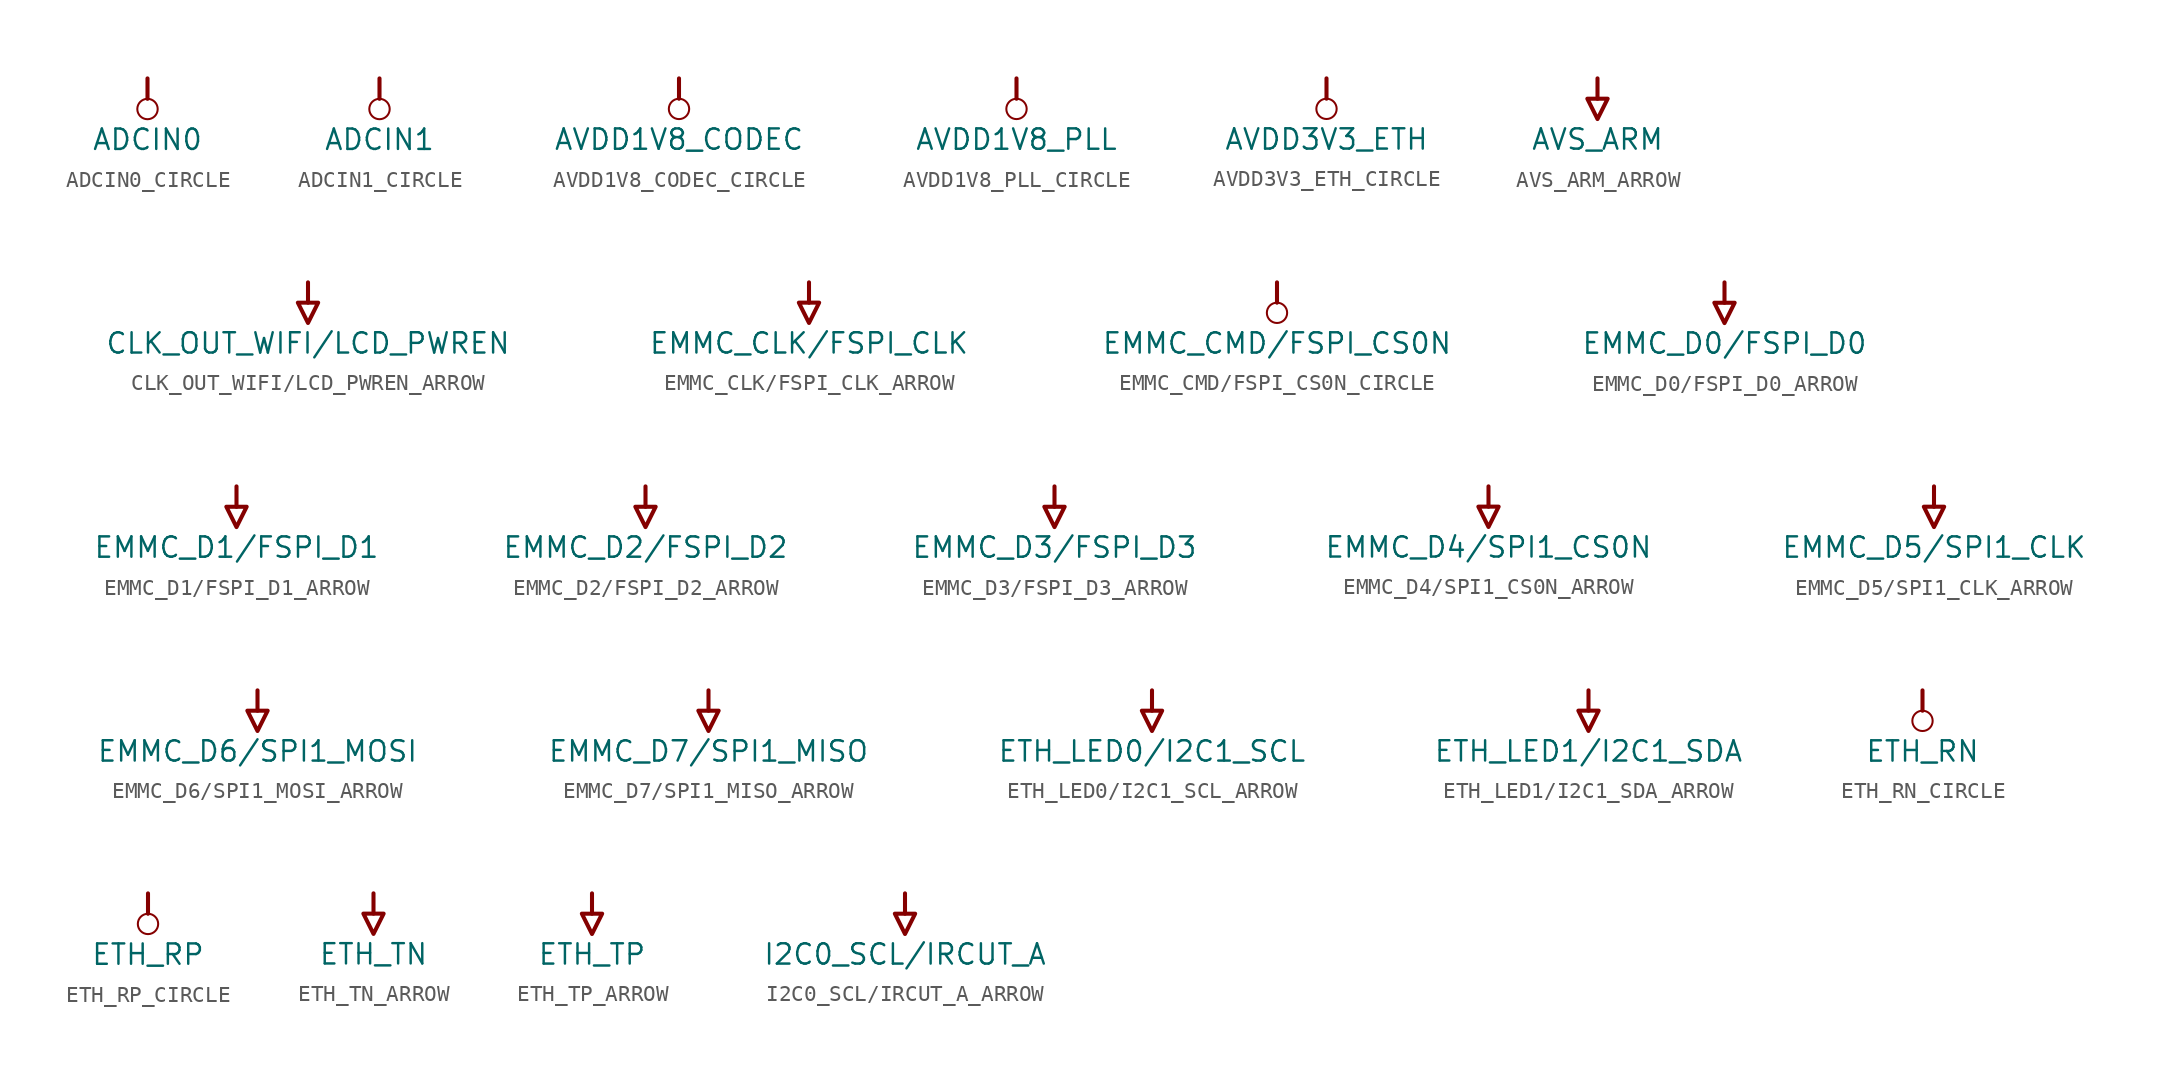
<source format=kicad_sym>
(kicad_symbol_lib
  (version 20241209)
  (generator "kicad_symbol_editor")
  (generator_version "9.0")
  (symbol "ADCIN0_CIRCLE"
    (power)
    (property "Reference" "#PWR"
      (at 0 0 0)
      (effects (font (size 1.27 1.27)) (hide yes)))
    (property "Value" "ADCIN0"
      (at 0 -3.81 0)
      (effects (font (size 1.27 1.27))))
    (symbol "ADCIN0_CIRCLE_0_0"
      (polyline (pts (xy 0 0) (xy 0 -1.27)) (stroke (width 0.254) (type solid)) (fill (type none)))
      (circle (center 0 -1.905) (radius 0.635) (stroke (width 0.127) (type solid)) (fill (type none)))
      (pin power_in line (at 0 0 0) (length 0) (hide yes) (name "ADCIN0" (effects (font (size 1.27 1.27)))) (number "" (effects (font (size 1.27 1.27)))))))
  (symbol "ADCIN1_CIRCLE"
    (power)
    (property "Reference" "#PWR"
      (at 0 0 0)
      (effects (font (size 1.27 1.27)) (hide yes)))
    (property "Value" "ADCIN1"
      (at 0 -3.81 0)
      (effects (font (size 1.27 1.27))))
    (symbol "ADCIN1_CIRCLE_0_0"
      (polyline (pts (xy 0 0) (xy 0 -1.27)) (stroke (width 0.254) (type solid)) (fill (type none)))
      (circle (center 0 -1.905) (radius 0.635) (stroke (width 0.127) (type solid)) (fill (type none)))
      (pin power_in line (at 0 0 0) (length 0) (hide yes) (name "ADCIN1" (effects (font (size 1.27 1.27)))) (number "" (effects (font (size 1.27 1.27)))))))
  (symbol "AVDD1V8_CODEC_CIRCLE"
    (power)
    (property "Reference" "#PWR"
      (at 0 0 0)
      (effects (font (size 1.27 1.27)) (hide yes)))
    (property "Value" "AVDD1V8_CODEC"
      (at 0 -3.81 0)
      (effects (font (size 1.27 1.27))))
    (symbol "AVDD1V8_CODEC_CIRCLE_0_0"
      (polyline (pts (xy 0 0) (xy 0 -1.27)) (stroke (width 0.254) (type solid)) (fill (type none)))
      (circle (center 0 -1.905) (radius 0.635) (stroke (width 0.127) (type solid)) (fill (type none)))
      (pin power_in line (at 0 0 0) (length 0) (hide yes) (name "AVDD1V8_CODEC" (effects (font (size 1.27 1.27)))) (number "" (effects (font (size 1.27 1.27)))))))
  (symbol "AVDD1V8_PLL_CIRCLE"
    (power)
    (property "Reference" "#PWR"
      (at 0 0 0)
      (effects (font (size 1.27 1.27)) (hide yes)))
    (property "Value" "AVDD1V8_PLL"
      (at 0 -3.81 0)
      (effects (font (size 1.27 1.27))))
    (symbol "AVDD1V8_PLL_CIRCLE_0_0"
      (polyline (pts (xy 0 0) (xy 0 -1.27)) (stroke (width 0.254) (type solid)) (fill (type none)))
      (circle (center 0 -1.905) (radius 0.635) (stroke (width 0.127) (type solid)) (fill (type none)))
      (pin power_in line (at 0 0 0) (length 0) (hide yes) (name "AVDD1V8_PLL" (effects (font (size 1.27 1.27)))) (number "" (effects (font (size 1.27 1.27)))))))
  (symbol "AVDD3V3_ETH_CIRCLE"
    (power)
    (property "Reference" "#PWR"
      (at 0 0 0)
      (effects (font (size 1.27 1.27)) (hide yes)))
    (property "Value" "AVDD3V3_ETH"
      (at 0 -3.81 0)
      (effects (font (size 1.27 1.27))))
    (symbol "AVDD3V3_ETH_CIRCLE_0_0"
      (polyline (pts (xy 0 0) (xy 0 -1.27)) (stroke (width 0.254) (type solid)) (fill (type none)))
      (circle (center 0 -1.905) (radius 0.635) (stroke (width 0.127) (type solid)) (fill (type none)))
      (pin power_in line (at 0 0 0) (length 0) (hide yes) (name "AVDD3V3_ETH" (effects (font (size 1.27 1.27)))) (number "" (effects (font (size 1.27 1.27)))))))
  (symbol "AVS_ARM_ARROW"
    (power)
    (property "Reference" "#PWR"
      (at 0 0 0)
      (effects (font (size 1.27 1.27)) (hide yes)))
    (property "Value" "AVS_ARM"
      (at 0 -3.81 0)
      (effects (font (size 1.27 1.27))))
    (symbol "AVS_ARM_ARROW_0_0"
      (polyline (pts (xy -0.635 -1.27) (xy 0.635 -1.27) (xy 0 -2.54) (xy -0.635 -1.27)) (stroke (width 0.254) (type solid)) (fill (type none)))
      (polyline (pts (xy 0 0) (xy 0 -1.27)) (stroke (width 0.254) (type solid)) (fill (type none)))
      (pin power_in line (at 0 0 0) (length 0) (hide yes) (name "AVS_ARM" (effects (font (size 1.27 1.27)))) (number "" (effects (font (size 1.27 1.27)))))))
  (symbol "CLK_OUT_WIFI/LCD_PWREN_ARROW"
    (power)
    (property "Reference" "#PWR"
      (at 0 0 0)
      (effects (font (size 1.27 1.27)) (hide yes)))
    (property "Value" "CLK_OUT_WIFI/LCD_PWREN"
      (at 0 -3.81 0)
      (effects (font (size 1.27 1.27))))
    (symbol "CLK_OUT_WIFI/LCD_PWREN_ARROW_0_0"
      (polyline (pts (xy -0.635 -1.27) (xy 0.635 -1.27) (xy 0 -2.54) (xy -0.635 -1.27)) (stroke (width 0.254) (type solid)) (fill (type none)))
      (polyline (pts (xy 0 0) (xy 0 -1.27)) (stroke (width 0.254) (type solid)) (fill (type none)))
      (pin power_in line (at 0 0 0) (length 0) (hide yes) (name "CLK_OUT_WIFI/LCD_PWREN" (effects (font (size 1.27 1.27)))) (number "" (effects (font (size 1.27 1.27)))))))
  (symbol "EMMC_CLK/FSPI_CLK_ARROW"
    (power)
    (property "Reference" "#PWR"
      (at 0 0 0)
      (effects (font (size 1.27 1.27)) (hide yes)))
    (property "Value" "EMMC_CLK/FSPI_CLK"
      (at 0 -3.81 0)
      (effects (font (size 1.27 1.27))))
    (symbol "EMMC_CLK/FSPI_CLK_ARROW_0_0"
      (polyline (pts (xy -0.635 -1.27) (xy 0.635 -1.27) (xy 0 -2.54) (xy -0.635 -1.27)) (stroke (width 0.254) (type solid)) (fill (type none)))
      (polyline (pts (xy 0 0) (xy 0 -1.27)) (stroke (width 0.254) (type solid)) (fill (type none)))
      (pin power_in line (at 0 0 0) (length 0) (hide yes) (name "EMMC_CLK/FSPI_CLK" (effects (font (size 1.27 1.27)))) (number "" (effects (font (size 1.27 1.27)))))))
  (symbol "EMMC_CMD/FSPI_CS0N_CIRCLE"
    (power)
    (property "Reference" "#PWR"
      (at 0 0 0)
      (effects (font (size 1.27 1.27)) (hide yes)))
    (property "Value" "EMMC_CMD/FSPI_CS0N"
      (at 0 -3.81 0)
      (effects (font (size 1.27 1.27))))
    (symbol "EMMC_CMD/FSPI_CS0N_CIRCLE_0_0"
      (polyline (pts (xy 0 0) (xy 0 -1.27)) (stroke (width 0.254) (type solid)) (fill (type none)))
      (circle (center 0 -1.905) (radius 0.635) (stroke (width 0.127) (type solid)) (fill (type none)))
      (pin power_in line (at 0 0 0) (length 0) (hide yes) (name "EMMC_CMD/FSPI_CS0N" (effects (font (size 1.27 1.27)))) (number "" (effects (font (size 1.27 1.27)))))))
  (symbol "EMMC_D0/FSPI_D0_ARROW"
    (power)
    (property "Reference" "#PWR"
      (at 0 0 0)
      (effects (font (size 1.27 1.27)) (hide yes)))
    (property "Value" "EMMC_D0/FSPI_D0"
      (at 0 -3.81 0)
      (effects (font (size 1.27 1.27))))
    (symbol "EMMC_D0/FSPI_D0_ARROW_0_0"
      (polyline (pts (xy -0.635 -1.27) (xy 0.635 -1.27) (xy 0 -2.54) (xy -0.635 -1.27)) (stroke (width 0.254) (type solid)) (fill (type none)))
      (polyline (pts (xy 0 0) (xy 0 -1.27)) (stroke (width 0.254) (type solid)) (fill (type none)))
      (pin power_in line (at 0 0 0) (length 0) (hide yes) (name "EMMC_D0/FSPI_D0" (effects (font (size 1.27 1.27)))) (number "" (effects (font (size 1.27 1.27)))))))
  (symbol "EMMC_D1/FSPI_D1_ARROW"
    (power)
    (property "Reference" "#PWR"
      (at 0 0 0)
      (effects (font (size 1.27 1.27)) (hide yes)))
    (property "Value" "EMMC_D1/FSPI_D1"
      (at 0 -3.81 0)
      (effects (font (size 1.27 1.27))))
    (symbol "EMMC_D1/FSPI_D1_ARROW_0_0"
      (polyline (pts (xy -0.635 -1.27) (xy 0.635 -1.27) (xy 0 -2.54) (xy -0.635 -1.27)) (stroke (width 0.254) (type solid)) (fill (type none)))
      (polyline (pts (xy 0 0) (xy 0 -1.27)) (stroke (width 0.254) (type solid)) (fill (type none)))
      (pin power_in line (at 0 0 0) (length 0) (hide yes) (name "EMMC_D1/FSPI_D1" (effects (font (size 1.27 1.27)))) (number "" (effects (font (size 1.27 1.27)))))))
  (symbol "EMMC_D2/FSPI_D2_ARROW"
    (power)
    (property "Reference" "#PWR"
      (at 0 0 0)
      (effects (font (size 1.27 1.27)) (hide yes)))
    (property "Value" "EMMC_D2/FSPI_D2"
      (at 0 -3.81 0)
      (effects (font (size 1.27 1.27))))
    (symbol "EMMC_D2/FSPI_D2_ARROW_0_0"
      (polyline (pts (xy -0.635 -1.27) (xy 0.635 -1.27) (xy 0 -2.54) (xy -0.635 -1.27)) (stroke (width 0.254) (type solid)) (fill (type none)))
      (polyline (pts (xy 0 0) (xy 0 -1.27)) (stroke (width 0.254) (type solid)) (fill (type none)))
      (pin power_in line (at 0 0 0) (length 0) (hide yes) (name "EMMC_D2/FSPI_D2" (effects (font (size 1.27 1.27)))) (number "" (effects (font (size 1.27 1.27)))))))
  (symbol "EMMC_D3/FSPI_D3_ARROW"
    (power)
    (property "Reference" "#PWR"
      (at 0 0 0)
      (effects (font (size 1.27 1.27)) (hide yes)))
    (property "Value" "EMMC_D3/FSPI_D3"
      (at 0 -3.81 0)
      (effects (font (size 1.27 1.27))))
    (symbol "EMMC_D3/FSPI_D3_ARROW_0_0"
      (polyline (pts (xy -0.635 -1.27) (xy 0.635 -1.27) (xy 0 -2.54) (xy -0.635 -1.27)) (stroke (width 0.254) (type solid)) (fill (type none)))
      (polyline (pts (xy 0 0) (xy 0 -1.27)) (stroke (width 0.254) (type solid)) (fill (type none)))
      (pin power_in line (at 0 0 0) (length 0) (hide yes) (name "EMMC_D3/FSPI_D3" (effects (font (size 1.27 1.27)))) (number "" (effects (font (size 1.27 1.27)))))))
  (symbol "EMMC_D4/SPI1_CS0N_ARROW"
    (power)
    (property "Reference" "#PWR"
      (at 0 0 0)
      (effects (font (size 1.27 1.27)) (hide yes)))
    (property "Value" "EMMC_D4/SPI1_CS0N"
      (at 0 -3.81 0)
      (effects (font (size 1.27 1.27))))
    (symbol "EMMC_D4/SPI1_CS0N_ARROW_0_0"
      (polyline (pts (xy -0.635 -1.27) (xy 0.635 -1.27) (xy 0 -2.54) (xy -0.635 -1.27)) (stroke (width 0.254) (type solid)) (fill (type none)))
      (polyline (pts (xy 0 0) (xy 0 -1.27)) (stroke (width 0.254) (type solid)) (fill (type none)))
      (pin power_in line (at 0 0 0) (length 0) (hide yes) (name "EMMC_D4/SPI1_CS0N" (effects (font (size 1.27 1.27)))) (number "" (effects (font (size 1.27 1.27)))))))
  (symbol "EMMC_D5/SPI1_CLK_ARROW"
    (power)
    (property "Reference" "#PWR"
      (at 0 0 0)
      (effects (font (size 1.27 1.27)) (hide yes)))
    (property "Value" "EMMC_D5/SPI1_CLK"
      (at 0 -3.81 0)
      (effects (font (size 1.27 1.27))))
    (symbol "EMMC_D5/SPI1_CLK_ARROW_0_0"
      (polyline (pts (xy -0.635 -1.27) (xy 0.635 -1.27) (xy 0 -2.54) (xy -0.635 -1.27)) (stroke (width 0.254) (type solid)) (fill (type none)))
      (polyline (pts (xy 0 0) (xy 0 -1.27)) (stroke (width 0.254) (type solid)) (fill (type none)))
      (pin power_in line (at 0 0 0) (length 0) (hide yes) (name "EMMC_D5/SPI1_CLK" (effects (font (size 1.27 1.27)))) (number "" (effects (font (size 1.27 1.27)))))))
  (symbol "EMMC_D6/SPI1_MOSI_ARROW"
    (power)
    (property "Reference" "#PWR"
      (at 0 0 0)
      (effects (font (size 1.27 1.27)) (hide yes)))
    (property "Value" "EMMC_D6/SPI1_MOSI"
      (at 0 -3.81 0)
      (effects (font (size 1.27 1.27))))
    (symbol "EMMC_D6/SPI1_MOSI_ARROW_0_0"
      (polyline (pts (xy -0.635 -1.27) (xy 0.635 -1.27) (xy 0 -2.54) (xy -0.635 -1.27)) (stroke (width 0.254) (type solid)) (fill (type none)))
      (polyline (pts (xy 0 0) (xy 0 -1.27)) (stroke (width 0.254) (type solid)) (fill (type none)))
      (pin power_in line (at 0 0 0) (length 0) (hide yes) (name "EMMC_D6/SPI1_MOSI" (effects (font (size 1.27 1.27)))) (number "" (effects (font (size 1.27 1.27)))))))
  (symbol "EMMC_D7/SPI1_MISO_ARROW"
    (power)
    (property "Reference" "#PWR"
      (at 0 0 0)
      (effects (font (size 1.27 1.27)) (hide yes)))
    (property "Value" "EMMC_D7/SPI1_MISO"
      (at 0 -3.81 0)
      (effects (font (size 1.27 1.27))))
    (symbol "EMMC_D7/SPI1_MISO_ARROW_0_0"
      (polyline (pts (xy -0.635 -1.27) (xy 0.635 -1.27) (xy 0 -2.54) (xy -0.635 -1.27)) (stroke (width 0.254) (type solid)) (fill (type none)))
      (polyline (pts (xy 0 0) (xy 0 -1.27)) (stroke (width 0.254) (type solid)) (fill (type none)))
      (pin power_in line (at 0 0 0) (length 0) (hide yes) (name "EMMC_D7/SPI1_MISO" (effects (font (size 1.27 1.27)))) (number "" (effects (font (size 1.27 1.27)))))))
  (symbol "ETH_LED0/I2C1_SCL_ARROW"
    (power)
    (property "Reference" "#PWR"
      (at 0 0 0)
      (effects (font (size 1.27 1.27)) (hide yes)))
    (property "Value" "ETH_LED0/I2C1_SCL"
      (at 0 -3.81 0)
      (effects (font (size 1.27 1.27))))
    (symbol "ETH_LED0/I2C1_SCL_ARROW_0_0"
      (polyline (pts (xy -0.635 -1.27) (xy 0.635 -1.27) (xy 0 -2.54) (xy -0.635 -1.27)) (stroke (width 0.254) (type solid)) (fill (type none)))
      (polyline (pts (xy 0 0) (xy 0 -1.27)) (stroke (width 0.254) (type solid)) (fill (type none)))
      (pin power_in line (at 0 0 0) (length 0) (hide yes) (name "ETH_LED0/I2C1_SCL" (effects (font (size 1.27 1.27)))) (number "" (effects (font (size 1.27 1.27)))))))
  (symbol "ETH_LED1/I2C1_SDA_ARROW"
    (power)
    (property "Reference" "#PWR"
      (at 0 0 0)
      (effects (font (size 1.27 1.27)) (hide yes)))
    (property "Value" "ETH_LED1/I2C1_SDA"
      (at 0 -3.81 0)
      (effects (font (size 1.27 1.27))))
    (symbol "ETH_LED1/I2C1_SDA_ARROW_0_0"
      (polyline (pts (xy -0.635 -1.27) (xy 0.635 -1.27) (xy 0 -2.54) (xy -0.635 -1.27)) (stroke (width 0.254) (type solid)) (fill (type none)))
      (polyline (pts (xy 0 0) (xy 0 -1.27)) (stroke (width 0.254) (type solid)) (fill (type none)))
      (pin power_in line (at 0 0 0) (length 0) (hide yes) (name "ETH_LED1/I2C1_SDA" (effects (font (size 1.27 1.27)))) (number "" (effects (font (size 1.27 1.27)))))))
  (symbol "ETH_RN_CIRCLE"
    (power)
    (property "Reference" "#PWR"
      (at 0 0 0)
      (effects (font (size 1.27 1.27)) (hide yes)))
    (property "Value" "ETH_RN"
      (at 0 -3.81 0)
      (effects (font (size 1.27 1.27))))
    (symbol "ETH_RN_CIRCLE_0_0"
      (polyline (pts (xy 0 0) (xy 0 -1.27)) (stroke (width 0.254) (type solid)) (fill (type none)))
      (circle (center 0 -1.905) (radius 0.635) (stroke (width 0.127) (type solid)) (fill (type none)))
      (pin power_in line (at 0 0 0) (length 0) (hide yes) (name "ETH_RN" (effects (font (size 1.27 1.27)))) (number "" (effects (font (size 1.27 1.27)))))))
  (symbol "ETH_RP_CIRCLE"
    (power)
    (property "Reference" "#PWR"
      (at 0 0 0)
      (effects (font (size 1.27 1.27)) (hide yes)))
    (property "Value" "ETH_RP"
      (at 0 -3.81 0)
      (effects (font (size 1.27 1.27))))
    (symbol "ETH_RP_CIRCLE_0_0"
      (polyline (pts (xy 0 0) (xy 0 -1.27)) (stroke (width 0.254) (type solid)) (fill (type none)))
      (circle (center 0 -1.905) (radius 0.635) (stroke (width 0.127) (type solid)) (fill (type none)))
      (pin power_in line (at 0 0 0) (length 0) (hide yes) (name "ETH_RP" (effects (font (size 1.27 1.27)))) (number "" (effects (font (size 1.27 1.27)))))))
  (symbol "ETH_TN_ARROW"
    (power)
    (property "Reference" "#PWR"
      (at 0 0 0)
      (effects (font (size 1.27 1.27)) (hide yes)))
    (property "Value" "ETH_TN"
      (at 0 -3.81 0)
      (effects (font (size 1.27 1.27))))
    (symbol "ETH_TN_ARROW_0_0"
      (polyline (pts (xy -0.635 -1.27) (xy 0.635 -1.27) (xy 0 -2.54) (xy -0.635 -1.27)) (stroke (width 0.254) (type solid)) (fill (type none)))
      (polyline (pts (xy 0 0) (xy 0 -1.27)) (stroke (width 0.254) (type solid)) (fill (type none)))
      (pin power_in line (at 0 0 0) (length 0) (hide yes) (name "ETH_TN" (effects (font (size 1.27 1.27)))) (number "" (effects (font (size 1.27 1.27)))))))
  (symbol "ETH_TP_ARROW"
    (power)
    (property "Reference" "#PWR"
      (at 0 0 0)
      (effects (font (size 1.27 1.27)) (hide yes)))
    (property "Value" "ETH_TP"
      (at 0 -3.81 0)
      (effects (font (size 1.27 1.27))))
    (symbol "ETH_TP_ARROW_0_0"
      (polyline (pts (xy -0.635 -1.27) (xy 0.635 -1.27) (xy 0 -2.54) (xy -0.635 -1.27)) (stroke (width 0.254) (type solid)) (fill (type none)))
      (polyline (pts (xy 0 0) (xy 0 -1.27)) (stroke (width 0.254) (type solid)) (fill (type none)))
      (pin power_in line (at 0 0 0) (length 0) (hide yes) (name "ETH_TP" (effects (font (size 1.27 1.27)))) (number "" (effects (font (size 1.27 1.27)))))))
  (symbol "I2C0_SCL/IRCUT_A_ARROW"
    (power)
    (property "Reference" "#PWR"
      (at 0 0 0)
      (effects (font (size 1.27 1.27)) (hide yes)))
    (property "Value" "I2C0_SCL/IRCUT_A"
      (at 0 -3.81 0)
      (effects (font (size 1.27 1.27))))
    (symbol "I2C0_SCL/IRCUT_A_ARROW_0_0"
      (polyline (pts (xy -0.635 -1.27) (xy 0.635 -1.27) (xy 0 -2.54) (xy -0.635 -1.27)) (stroke (width 0.254) (type solid)) (fill (type none)))
      (polyline (pts (xy 0 0) (xy 0 -1.27)) (stroke (width 0.254) (type solid)) (fill (type none)))
      (pin power_in line (at 0 0 0) (length 0) (hide yes) (name "I2C0_SCL/IRCUT_A" (effects (font (size 1.27 1.27)))) (number "" (effects (font (size 1.27 1.27))))))))
</source>
